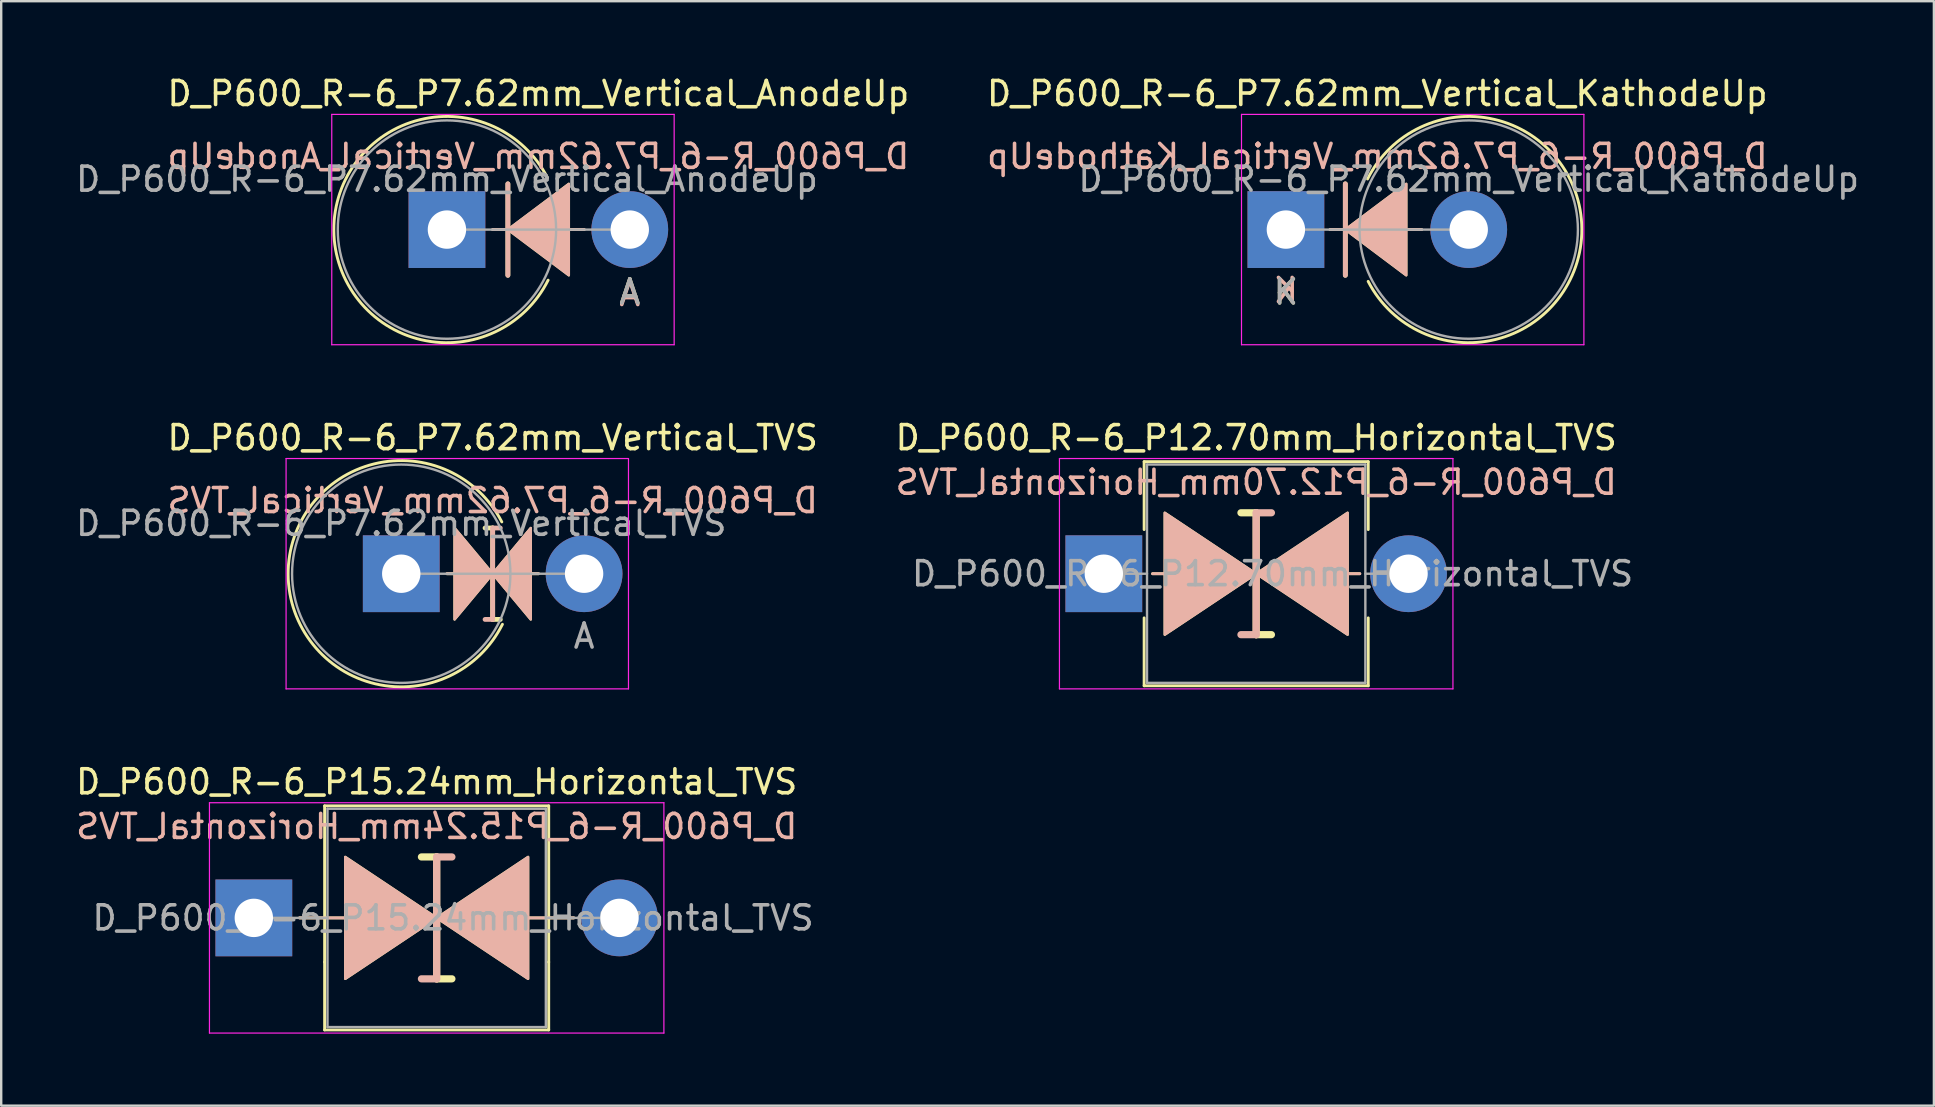
<source format=kicad_pcb>
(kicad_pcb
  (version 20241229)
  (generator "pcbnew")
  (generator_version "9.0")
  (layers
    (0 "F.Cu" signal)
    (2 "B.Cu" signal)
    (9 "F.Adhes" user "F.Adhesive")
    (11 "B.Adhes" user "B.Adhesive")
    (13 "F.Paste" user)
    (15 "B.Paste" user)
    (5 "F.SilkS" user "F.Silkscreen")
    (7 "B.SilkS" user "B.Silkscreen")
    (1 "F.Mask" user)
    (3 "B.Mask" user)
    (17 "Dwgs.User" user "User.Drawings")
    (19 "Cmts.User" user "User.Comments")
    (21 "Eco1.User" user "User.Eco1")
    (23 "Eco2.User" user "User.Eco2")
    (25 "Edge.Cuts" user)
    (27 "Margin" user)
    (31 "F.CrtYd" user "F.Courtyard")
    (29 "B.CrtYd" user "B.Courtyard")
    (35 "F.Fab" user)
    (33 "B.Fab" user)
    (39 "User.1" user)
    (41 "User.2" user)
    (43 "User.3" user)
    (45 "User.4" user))
  (footprint "D_P600_R-6_P12.70mm_Horizontal_TVS"
    (layer "F.Cu")
    (at 42.954 20.861)
    (property "Reference" "D_P600_R-6_P12.70mm_Horizontal_TVS" (at 6.35 -5.67 0) (layer "F.SilkS") (effects (font (size 1 1) (thickness 0.15))))
    (fp_line (start 1.68 -4.67) (end 11.02 -4.67) (stroke (width 0.12) (type solid)) (layer "F.SilkS"))
    (fp_line (start 1.68 -1.84) (end 1.68 -4.67) (stroke (width 0.12) (type solid)) (layer "F.SilkS"))
    (fp_line (start 1.68 1.84) (end 1.68 4.67) (stroke (width 0.12) (type solid)) (layer "F.SilkS"))
    (fp_line (start 1.68 4.67) (end 11.02 4.67) (stroke (width 0.12) (type solid)) (layer "F.SilkS"))
    (fp_line (start 2.032 0) (end 2.54 0) (stroke (width 0.12) (type solid)) (layer "F.SilkS"))
    (fp_line (start 6.35 -2.54) (end 5.715 -2.54) (stroke (width 0.3) (type solid)) (layer "F.SilkS"))
    (fp_line (start 6.35 2.54) (end 6.35 -2.54) (stroke (width 0.3) (type solid)) (layer "F.SilkS"))
    (fp_line (start 6.985 2.54) (end 6.35 2.54) (stroke (width 0.3) (type solid)) (layer "F.SilkS"))
    (fp_line (start 10.668 0) (end 10.16 0) (stroke (width 0.12) (type solid)) (layer "F.SilkS"))
    (fp_line (start 11.02 -4.67) (end 11.02 -1.84) (stroke (width 0.12) (type solid)) (layer "F.SilkS"))
    (fp_line (start 11.02 4.67) (end 11.02 1.84) (stroke (width 0.12) (type solid)) (layer "F.SilkS"))
    (fp_poly (pts (xy 6.35 0) (xy 2.54 2.54) (xy 2.54 -2.54)) (stroke (width 0.1) (type solid)) (fill yes) (layer "F.SilkS"))
    (fp_poly (pts (xy 6.35 0) (xy 10.16 -2.54) (xy 10.16 2.54)) (stroke (width 0.1) (type solid)) (fill yes) (layer "F.SilkS"))
    (fp_line (start 2.032 0) (end 2.54 0) (stroke (width 0.12) (type solid)) (layer "B.SilkS"))
    (fp_line (start 6.35 -2.54) (end 6.35 2.54) (stroke (width 0.3) (type solid)) (layer "B.SilkS"))
    (fp_line (start 6.35 2.54) (end 5.715 2.54) (stroke (width 0.3) (type solid)) (layer "B.SilkS"))
    (fp_line (start 6.985 -2.54) (end 6.35 -2.54) (stroke (width 0.3) (type solid)) (layer "B.SilkS"))
    (fp_line (start 10.668 0) (end 10.16 0) (stroke (width 0.12) (type solid)) (layer "B.SilkS"))
    (fp_poly (pts (xy 6.35 0) (xy 2.54 -2.54) (xy 2.54 2.54)) (stroke (width 0.1) (type solid)) (fill yes) (layer "B.SilkS"))
    (fp_poly (pts (xy 6.35 0) (xy 10.16 2.54) (xy 10.16 -2.54)) (stroke (width 0.1) (type solid)) (fill yes) (layer "B.SilkS"))
    (fp_line (start -1.85 -4.8) (end -1.85 4.8) (stroke (width 0.05) (type solid)) (layer "F.CrtYd"))
    (fp_line (start -1.85 4.8) (end 14.55 4.8) (stroke (width 0.05) (type solid)) (layer "F.CrtYd"))
    (fp_line (start 14.55 -4.8) (end -1.85 -4.8) (stroke (width 0.05) (type solid)) (layer "F.CrtYd"))
    (fp_line (start 14.55 4.8) (end 14.55 -4.8) (stroke (width 0.05) (type solid)) (layer "F.CrtYd"))
    (fp_line (start 0 0) (end 1.8 0) (stroke (width 0.1) (type solid)) (layer "F.Fab"))
    (fp_line (start 1.8 -4.55) (end 1.8 4.55) (stroke (width 0.1) (type solid)) (layer "F.Fab"))
    (fp_line (start 1.8 4.55) (end 10.9 4.55) (stroke (width 0.1) (type solid)) (layer "F.Fab"))
    (fp_line (start 10.9 -4.55) (end 1.8 -4.55) (stroke (width 0.1) (type solid)) (layer "F.Fab"))
    (fp_line (start 10.9 4.55) (end 10.9 -4.55) (stroke (width 0.1) (type solid)) (layer "F.Fab"))
    (fp_line (start 12.7 0) (end 10.9 0) (stroke (width 0.1) (type solid)) (layer "F.Fab"))
    (fp_text user "${REFERENCE}" (at 6.35 -3.81 0) (layer "B.SilkS") (effects (font (size 1 1) (thickness 0.15)) (justify mirror)))
    (fp_text user "${REFERENCE}" (at 7.032 0 0) (layer "F.Fab") (effects (font (size 1 1) (thickness 0.15))))
    (pad "1" thru_hole rect (at 0 0) (size 3.2 3.2) (drill 1.6) (layers "*.Cu" "*.Mask"))
    (pad "2" thru_hole oval (at 12.7 0) (size 3.2 3.2) (drill 1.6) (layers "*.Cu" "*.Mask")))
  (footprint "D_P600_R-6_P15.24mm_Horizontal_TVS"
    (layer "F.Cu")
    (at 7.529 35.205)
    (property "Reference" "D_P600_R-6_P15.24mm_Horizontal_TVS" (at 7.62 -5.67 0) (layer "F.SilkS") (effects (font (size 1 1) (thickness 0.15))))
    (fp_line (start 1.905 0) (end 3.81 0) (stroke (width 0.12) (type solid)) (layer "F.SilkS"))
    (fp_line (start 2.95 -4.67) (end 12.29 -4.67) (stroke (width 0.12) (type solid)) (layer "F.SilkS"))
    (fp_line (start 2.95 1.84) (end 2.95 -4.67) (stroke (width 0.12) (type solid)) (layer "F.SilkS"))
    (fp_line (start 2.95 1.84) (end 2.95 4.67) (stroke (width 0.12) (type solid)) (layer "F.SilkS"))
    (fp_line (start 2.95 4.67) (end 12.29 4.67) (stroke (width 0.12) (type solid)) (layer "F.SilkS"))
    (fp_line (start 7.62 -2.54) (end 6.985 -2.54) (stroke (width 0.3) (type solid)) (layer "F.SilkS"))
    (fp_line (start 7.62 2.54) (end 7.62 -2.54) (stroke (width 0.3) (type solid)) (layer "F.SilkS"))
    (fp_line (start 8.255 2.54) (end 7.62 2.54) (stroke (width 0.3) (type solid)) (layer "F.SilkS"))
    (fp_line (start 12.29 -4.67) (end 12.29 1.84) (stroke (width 0.12) (type solid)) (layer "F.SilkS"))
    (fp_line (start 12.29 4.67) (end 12.29 1.84) (stroke (width 0.12) (type solid)) (layer "F.SilkS"))
    (fp_line (start 13.335 0) (end 11.43 0) (stroke (width 0.12) (type solid)) (layer "F.SilkS"))
    (fp_poly (pts (xy 7.62 0) (xy 3.81 2.54) (xy 3.81 -2.54)) (stroke (width 0.1) (type solid)) (fill yes) (layer "F.SilkS"))
    (fp_poly (pts (xy 7.62 0) (xy 11.43 -2.54) (xy 11.43 2.54)) (stroke (width 0.1) (type solid)) (fill yes) (layer "F.SilkS"))
    (fp_line (start 1.905 0) (end 3.81 0) (stroke (width 0.12) (type solid)) (layer "B.SilkS"))
    (fp_line (start 7.62 -2.54) (end 7.62 2.54) (stroke (width 0.3) (type solid)) (layer "B.SilkS"))
    (fp_line (start 7.62 2.54) (end 6.985 2.54) (stroke (width 0.3) (type solid)) (layer "B.SilkS"))
    (fp_line (start 8.255 -2.54) (end 7.62 -2.54) (stroke (width 0.3) (type solid)) (layer "B.SilkS"))
    (fp_line (start 13.335 0) (end 11.43 0) (stroke (width 0.12) (type solid)) (layer "B.SilkS"))
    (fp_poly (pts (xy 7.62 0) (xy 3.81 -2.54) (xy 3.81 2.54)) (stroke (width 0.1) (type solid)) (fill yes) (layer "B.SilkS"))
    (fp_poly (pts (xy 7.62 0) (xy 11.43 2.54) (xy 11.43 -2.54)) (stroke (width 0.1) (type solid)) (fill yes) (layer "B.SilkS"))
    (fp_line (start -1.85 -4.8) (end -1.85 4.8) (stroke (width 0.05) (type solid)) (layer "F.CrtYd"))
    (fp_line (start -1.85 4.8) (end 17.09 4.8) (stroke (width 0.05) (type solid)) (layer "F.CrtYd"))
    (fp_line (start 17.09 -4.8) (end -1.85 -4.8) (stroke (width 0.05) (type solid)) (layer "F.CrtYd"))
    (fp_line (start 17.09 4.8) (end 17.09 -4.8) (stroke (width 0.05) (type solid)) (layer "F.CrtYd"))
    (fp_line (start 0 0) (end 3.07 0) (stroke (width 0.1) (type solid)) (layer "F.Fab"))
    (fp_line (start 3.07 -4.55) (end 3.07 4.55) (stroke (width 0.1) (type solid)) (layer "F.Fab"))
    (fp_line (start 3.07 4.55) (end 12.17 4.55) (stroke (width 0.1) (type solid)) (layer "F.Fab"))
    (fp_line (start 12.17 -4.55) (end 3.07 -4.55) (stroke (width 0.1) (type solid)) (layer "F.Fab"))
    (fp_line (start 12.17 4.55) (end 12.17 -4.55) (stroke (width 0.1) (type solid)) (layer "F.Fab"))
    (fp_line (start 15.24 0) (end 12.17 0) (stroke (width 0.1) (type solid)) (layer "F.Fab"))
    (fp_text user "${REFERENCE}" (at 7.62 -3.81 0) (layer "B.SilkS") (effects (font (size 1 1) (thickness 0.15)) (justify mirror)))
    (fp_text user "${REFERENCE}" (at 8.303 0 0) (layer "F.Fab") (effects (font (size 1 1) (thickness 0.15))))
    (pad "1" thru_hole rect (at 0 0) (size 3.2 3.2) (drill 1.6) (layers "*.Cu" "*.Mask"))
    (pad "2" thru_hole oval (at 15.24 0) (size 3.2 3.2) (drill 1.6) (layers "*.Cu" "*.Mask")))
  (footprint "D_P600_R-6_P7.62mm_Vertical_TVS"
    (layer "F.Cu")
    (at 13.673 20.861)
    (property "Reference" "D_P600_R-6_P7.62mm_Vertical_TVS" (at 3.81 -5.67 0) (layer "F.SilkS") (effects (font (size 1 1) (thickness 0.15))))
    (fp_line (start 1.905 0) (end 5.72 0) (stroke (width 0.12) (type solid)) (layer "F.SilkS"))
    (fp_line (start 3.493 -1.905) (end 3.81 -1.905) (stroke (width 0.2) (type solid)) (layer "F.SilkS"))
    (fp_line (start 3.81 -1.905) (end 3.81 1.905) (stroke (width 0.2) (type solid)) (layer "F.SilkS"))
    (fp_line (start 3.81 1.905) (end 4.128 1.905) (stroke (width 0.2) (type solid)) (layer "F.SilkS"))
    (fp_arc (start 4.216705 2.108353) (mid -4.714334 0.028398) (end 4.190999 -2.158999) (stroke (width 0.12) (type solid)) (layer "F.SilkS"))
    (fp_poly (pts (xy 2.223 -1.905) (xy 3.81 0) (xy 2.223 1.905)) (stroke (width 0.1) (type solid)) (fill yes) (layer "F.SilkS"))
    (fp_poly (pts (xy 5.397 1.905) (xy 3.81 0) (xy 5.397 -1.905)) (stroke (width 0.1) (type solid)) (fill yes) (layer "F.SilkS"))
    (fp_line (start 1.905 0) (end 5.72 0) (stroke (width 0.12) (type solid)) (layer "B.SilkS"))
    (fp_line (start 3.493 1.905) (end 3.81 1.905) (stroke (width 0.2) (type solid)) (layer "B.SilkS"))
    (fp_line (start 3.81 -1.905) (end 4.128 -1.905) (stroke (width 0.2) (type solid)) (layer "B.SilkS"))
    (fp_line (start 3.81 1.905) (end 3.81 -1.905) (stroke (width 0.2) (type solid)) (layer "B.SilkS"))
    (fp_poly (pts (xy 2.223 1.905) (xy 3.81 0) (xy 2.223 -1.905)) (stroke (width 0.1) (type solid)) (fill yes) (layer "B.SilkS"))
    (fp_poly (pts (xy 5.397 -1.905) (xy 3.81 0) (xy 5.397 1.905)) (stroke (width 0.1) (type solid)) (fill yes) (layer "B.SilkS"))
    (fp_line (start -4.8 -4.8) (end -4.8 4.8) (stroke (width 0.05) (type solid)) (layer "F.CrtYd"))
    (fp_line (start -4.8 4.8) (end 9.47 4.8) (stroke (width 0.05) (type solid)) (layer "F.CrtYd"))
    (fp_line (start 9.47 -4.8) (end -4.8 -4.8) (stroke (width 0.05) (type solid)) (layer "F.CrtYd"))
    (fp_line (start 9.47 4.8) (end 9.47 -4.8) (stroke (width 0.05) (type solid)) (layer "F.CrtYd"))
    (fp_line (start 0 0) (end 7.62 0) (stroke (width 0.1) (type solid)) (layer "F.Fab"))
    (fp_circle (center 0 0) (end 4.55 0) (stroke (width 0.1) (type solid)) (fill no) (layer "F.Fab"))
    (fp_text user "${REFERENCE}" (at 3.81 -3.048 0) (layer "B.SilkS") (effects (font (size 1 1) (thickness 0.15)) (justify mirror)))
    (fp_text user "A" (at 7.62 2.6 0) (layer "F.Fab") (effects (font (size 1 1) (thickness 0.15))))
    (fp_text user "${REFERENCE}" (at 0 -2.1 0) (layer "F.Fab") (effects (font (size 1 1) (thickness 0.15))))
    (pad "1" thru_hole rect (at 0 0) (size 3.2 3.2) (drill 1.6) (layers "*.Cu" "*.Mask"))
    (pad "2" thru_hole oval (at 7.62 0) (size 3.2 3.2) (drill 1.6) (layers "*.Cu" "*.Mask")))
  (footprint "D_P600_R-6_P7.62mm_Vertical_AnodeUp"
    (layer "F.Cu")
    (at 15.577 6.518)
    (property "Reference" "D_P600_R-6_P7.62mm_Vertical_AnodeUp" (at 3.81 -5.67 0) (layer "F.SilkS") (effects (font (size 1 1) (thickness 0.15))))
    (fp_line (start 1.905 0) (end 5.72 0) (stroke (width 0.12) (type solid)) (layer "F.SilkS"))
    (fp_line (start 2.54 -1.905) (end 2.54 1.905) (stroke (width 0.2) (type solid)) (layer "F.SilkS"))
    (fp_arc (start 4.216705 2.108353) (mid -4.714334 0.028398) (end 4.190999 -2.158999) (stroke (width 0.12) (type solid)) (layer "F.SilkS"))
    (fp_poly (pts (xy 5.08 1.905) (xy 2.54 0) (xy 5.08 -1.905)) (stroke (width 0.1) (type solid)) (fill yes) (layer "F.SilkS"))
    (fp_line (start 1.905 0) (end 5.72 0) (stroke (width 0.12) (type solid)) (layer "B.SilkS"))
    (fp_line (start 2.54 1.905) (end 2.54 -1.905) (stroke (width 0.2) (type solid)) (layer "B.SilkS"))
    (fp_poly (pts (xy 5.08 -1.905) (xy 2.54 0) (xy 5.08 1.905)) (stroke (width 0.1) (type solid)) (fill yes) (layer "B.SilkS"))
    (fp_line (start -4.8 -4.8) (end -4.8 4.8) (stroke (width 0.05) (type solid)) (layer "F.CrtYd"))
    (fp_line (start -4.8 4.8) (end 9.47 4.8) (stroke (width 0.05) (type solid)) (layer "F.CrtYd"))
    (fp_line (start 9.47 -4.8) (end -4.8 -4.8) (stroke (width 0.05) (type solid)) (layer "F.CrtYd"))
    (fp_line (start 9.47 4.8) (end 9.47 -4.8) (stroke (width 0.05) (type solid)) (layer "F.CrtYd"))
    (fp_line (start 0 0) (end 7.62 0) (stroke (width 0.1) (type solid)) (layer "F.Fab"))
    (fp_circle (center 0 0) (end 4.55 0) (stroke (width 0.1) (type solid)) (fill no) (layer "F.Fab"))
    (fp_text user "A" (at 7.62 2.6 0) (layer "F.SilkS") (effects (font (size 1 1) (thickness 0.15))))
    (fp_text user "${REFERENCE}" (at 3.81 -3.048 0) (layer "B.SilkS") (effects (font (size 1 1) (thickness 0.15)) (justify mirror)))
    (fp_text user "A" (at 7.62 2.667 0) (layer "B.SilkS") (effects (font (size 1 1) (thickness 0.15)) (justify mirror)))
    (fp_text user "A" (at 7.62 2.6 0) (layer "F.Fab") (effects (font (size 1 1) (thickness 0.15))))
    (fp_text user "${REFERENCE}" (at 0 -2.1 0) (layer "F.Fab") (effects (font (size 1 1) (thickness 0.15))))
    (pad "1" thru_hole rect (at 0 0) (size 3.2 3.2) (drill 1.6) (layers "*.Cu" "*.Mask"))
    (pad "2" thru_hole oval (at 7.62 0) (size 3.2 3.2) (drill 1.6) (layers "*.Cu" "*.Mask")))
  (footprint "D_P600_R-6_P7.62mm_Vertical_KathodeUp"
    (layer "F.Cu")
    (at 50.542 6.518)
    (property "Reference" "D_P600_R-6_P7.62mm_Vertical_KathodeUp" (at 3.81 -5.67 0) (layer "F.SilkS") (effects (font (size 1 1) (thickness 0.15))))
    (fp_line (start 1.841 0) (end 5.657 0) (stroke (width 0.12) (type solid)) (layer "F.SilkS"))
    (fp_line (start 2.477 -1.905) (end 2.477 1.905) (stroke (width 0.2) (type solid)) (layer "F.SilkS"))
    (fp_arc (start 3.403294 -2.108352) (mid 12.334333 -0.028397) (end 3.429 2.159) (stroke (width 0.12) (type solid)) (layer "F.SilkS"))
    (fp_poly (pts (xy 5.016 1.905) (xy 2.477 0) (xy 5.016 -1.905)) (stroke (width 0.1) (type solid)) (fill yes) (layer "F.SilkS"))
    (fp_line (start 1.841 0) (end 5.657 0) (stroke (width 0.12) (type solid)) (layer "B.SilkS"))
    (fp_line (start 2.477 1.905) (end 2.477 -1.905) (stroke (width 0.2) (type solid)) (layer "B.SilkS"))
    (fp_poly (pts (xy 5.016 -1.905) (xy 2.477 0) (xy 5.016 1.905)) (stroke (width 0.1) (type solid)) (fill yes) (layer "B.SilkS"))
    (fp_line (start -1.85 -4.8) (end -1.85 4.8) (stroke (width 0.05) (type solid)) (layer "F.CrtYd"))
    (fp_line (start -1.85 4.8) (end 12.42 4.8) (stroke (width 0.05) (type solid)) (layer "F.CrtYd"))
    (fp_line (start 12.42 -4.8) (end -1.85 -4.8) (stroke (width 0.05) (type solid)) (layer "F.CrtYd"))
    (fp_line (start 12.42 4.8) (end 12.42 -4.8) (stroke (width 0.05) (type solid)) (layer "F.CrtYd"))
    (fp_line (start 0 0) (end 7.62 0) (stroke (width 0.1) (type solid)) (layer "F.Fab"))
    (fp_circle (center 7.62 0) (end 12.17 0) (stroke (width 0.1) (type solid)) (fill no) (layer "F.Fab"))
    (fp_text user "K" (at 0 2.6 0) (layer "F.SilkS") (effects (font (size 1 1) (thickness 0.15))))
    (fp_text user "${REFERENCE}" (at 3.81 -3.048 0) (layer "B.SilkS") (effects (font (size 1 1) (thickness 0.15)) (justify mirror)))
    (fp_text user "K" (at 0 2.54 0) (layer "B.SilkS") (effects (font (size 1 1) (thickness 0.15)) (justify mirror)))
    (fp_text user "K" (at 0 2.6 0) (layer "F.Fab") (effects (font (size 1 1) (thickness 0.15))))
    (fp_text user "${REFERENCE}" (at 7.62 -2.1 0) (layer "F.Fab") (effects (font (size 1 1) (thickness 0.15))))
    (pad "1" thru_hole rect (at 0 0) (size 3.2 3.2) (drill 1.6) (layers "*.Cu" "*.Mask"))
    (pad "2" thru_hole oval (at 7.62 0) (size 3.2 3.2) (drill 1.6) (layers "*.Cu" "*.Mask")))
  (gr_rect
    (start -3 -3)
    (end 77.549 43.03)
    (stroke (width 0.1) (type default))
    (fill no)
    (layer "Edge.Cuts")))
</source>
